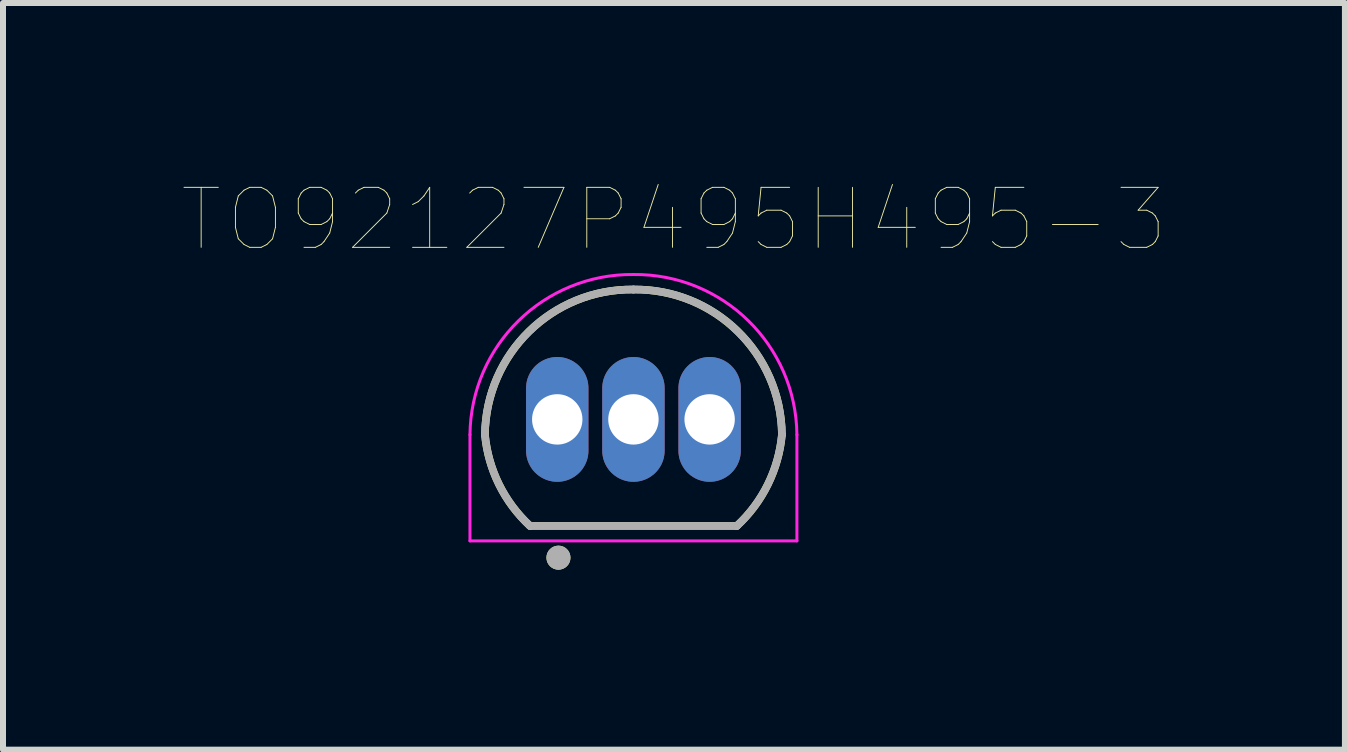
<source format=kicad_pcb>
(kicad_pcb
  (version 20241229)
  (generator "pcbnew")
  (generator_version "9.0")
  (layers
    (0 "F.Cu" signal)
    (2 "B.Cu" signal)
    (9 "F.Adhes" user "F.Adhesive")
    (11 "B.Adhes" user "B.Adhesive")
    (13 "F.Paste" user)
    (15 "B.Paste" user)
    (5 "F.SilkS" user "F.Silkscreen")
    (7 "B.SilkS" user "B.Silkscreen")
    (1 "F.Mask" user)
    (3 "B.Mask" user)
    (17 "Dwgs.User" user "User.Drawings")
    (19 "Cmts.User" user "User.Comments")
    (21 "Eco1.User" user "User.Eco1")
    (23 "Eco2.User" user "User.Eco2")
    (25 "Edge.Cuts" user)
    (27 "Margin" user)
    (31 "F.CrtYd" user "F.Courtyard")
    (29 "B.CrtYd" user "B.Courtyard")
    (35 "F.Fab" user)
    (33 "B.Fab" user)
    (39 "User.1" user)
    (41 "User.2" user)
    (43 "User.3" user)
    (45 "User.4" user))
  (footprint "TO92127P495H495-3"
    (layer "F.Cu")
    (at 7.509 3.941)
    (property "Reference" "TO92127P495H495-3" (at 0.675 -3.33 0) (layer "F.SilkS") (effects (font (size 1 1) (thickness 0.015))))
    (attr through_hole)
    (fp_line (start -1.725 1.775) (end 1.725 1.775) (stroke (width 0.127) (type solid)) (layer "F.SilkS"))
    (fp_arc (start -2.475 0.255) (mid -1.738698 -1.467589) (end 0 -2.165) (stroke (width 0.127) (type solid)) (layer "F.SilkS"))
    (fp_arc (start -1.725 1.775) (mid -2.240559 1.084355) (end -2.475 0.255) (stroke (width 0.127) (type solid)) (layer "F.SilkS"))
    (fp_arc (start 0 -2.165) (mid 1.738698 -1.467589) (end 2.475 0.255) (stroke (width 0.127) (type solid)) (layer "F.SilkS"))
    (fp_arc (start 2.475 0.255) (mid 2.240559 1.084355) (end 1.725 1.775) (stroke (width 0.127) (type solid)) (layer "F.SilkS"))
    (fp_circle (center -1.25 2.305) (end -1.15 2.305) (stroke (width 0.2) (type solid)) (fill no) (layer "F.SilkS"))
    (fp_line (start -2.725 0.255) (end -2.725 2.025) (stroke (width 0.05) (type solid)) (layer "F.CrtYd"))
    (fp_line (start -2.725 2.025) (end 2.725 2.025) (stroke (width 0.05) (type solid)) (layer "F.CrtYd"))
    (fp_line (start 2.725 2.025) (end 2.725 0.255) (stroke (width 0.05) (type solid)) (layer "F.CrtYd"))
    (fp_arc (start -2.725 0.255) (mid -1.915475 -1.644366) (end 0 -2.415) (stroke (width 0.05) (type solid)) (layer "F.CrtYd"))
    (fp_arc (start 0 -2.415) (mid 1.915475 -1.644366) (end 2.725 0.255) (stroke (width 0.05) (type solid)) (layer "F.CrtYd"))
    (fp_line (start -1.725 1.775) (end 1.725 1.775) (stroke (width 0.127) (type solid)) (layer "F.Fab"))
    (fp_arc (start -2.475 0.255) (mid -1.738698 -1.467589) (end 0 -2.165) (stroke (width 0.127) (type solid)) (layer "F.Fab"))
    (fp_arc (start -1.725 1.775) (mid -2.240559 1.084355) (end -2.475 0.255) (stroke (width 0.127) (type solid)) (layer "F.Fab"))
    (fp_arc (start 0 -2.165) (mid 1.738698 -1.467589) (end 2.475 0.255) (stroke (width 0.127) (type solid)) (layer "F.Fab"))
    (fp_arc (start 2.475 0.255) (mid 2.240559 1.084355) (end 1.725 1.775) (stroke (width 0.127) (type solid)) (layer "F.Fab"))
    (fp_circle (center -1.25 2.305) (end -1.15 2.305) (stroke (width 0.2) (type solid)) (fill no) (layer "F.Fab"))
    (pad "1" thru_hole oval (at -1.27 0) (size 1.04 2.08) (drill 0.84) (layers "*.Cu" "*.Mask"))
    (pad "2" thru_hole oval (at 0 0) (size 1.04 2.08) (drill 0.84) (layers "*.Cu" "*.Mask"))
    (pad "3" thru_hole oval (at 1.27 0) (size 1.04 2.08) (drill 0.84) (layers "*.Cu" "*.Mask")))
  (gr_rect
    (start -3 -3)
    (end 19.369 9.446)
    (stroke (width 0.1) (type default))
    (fill no)
    (layer "Edge.Cuts")))
</source>
